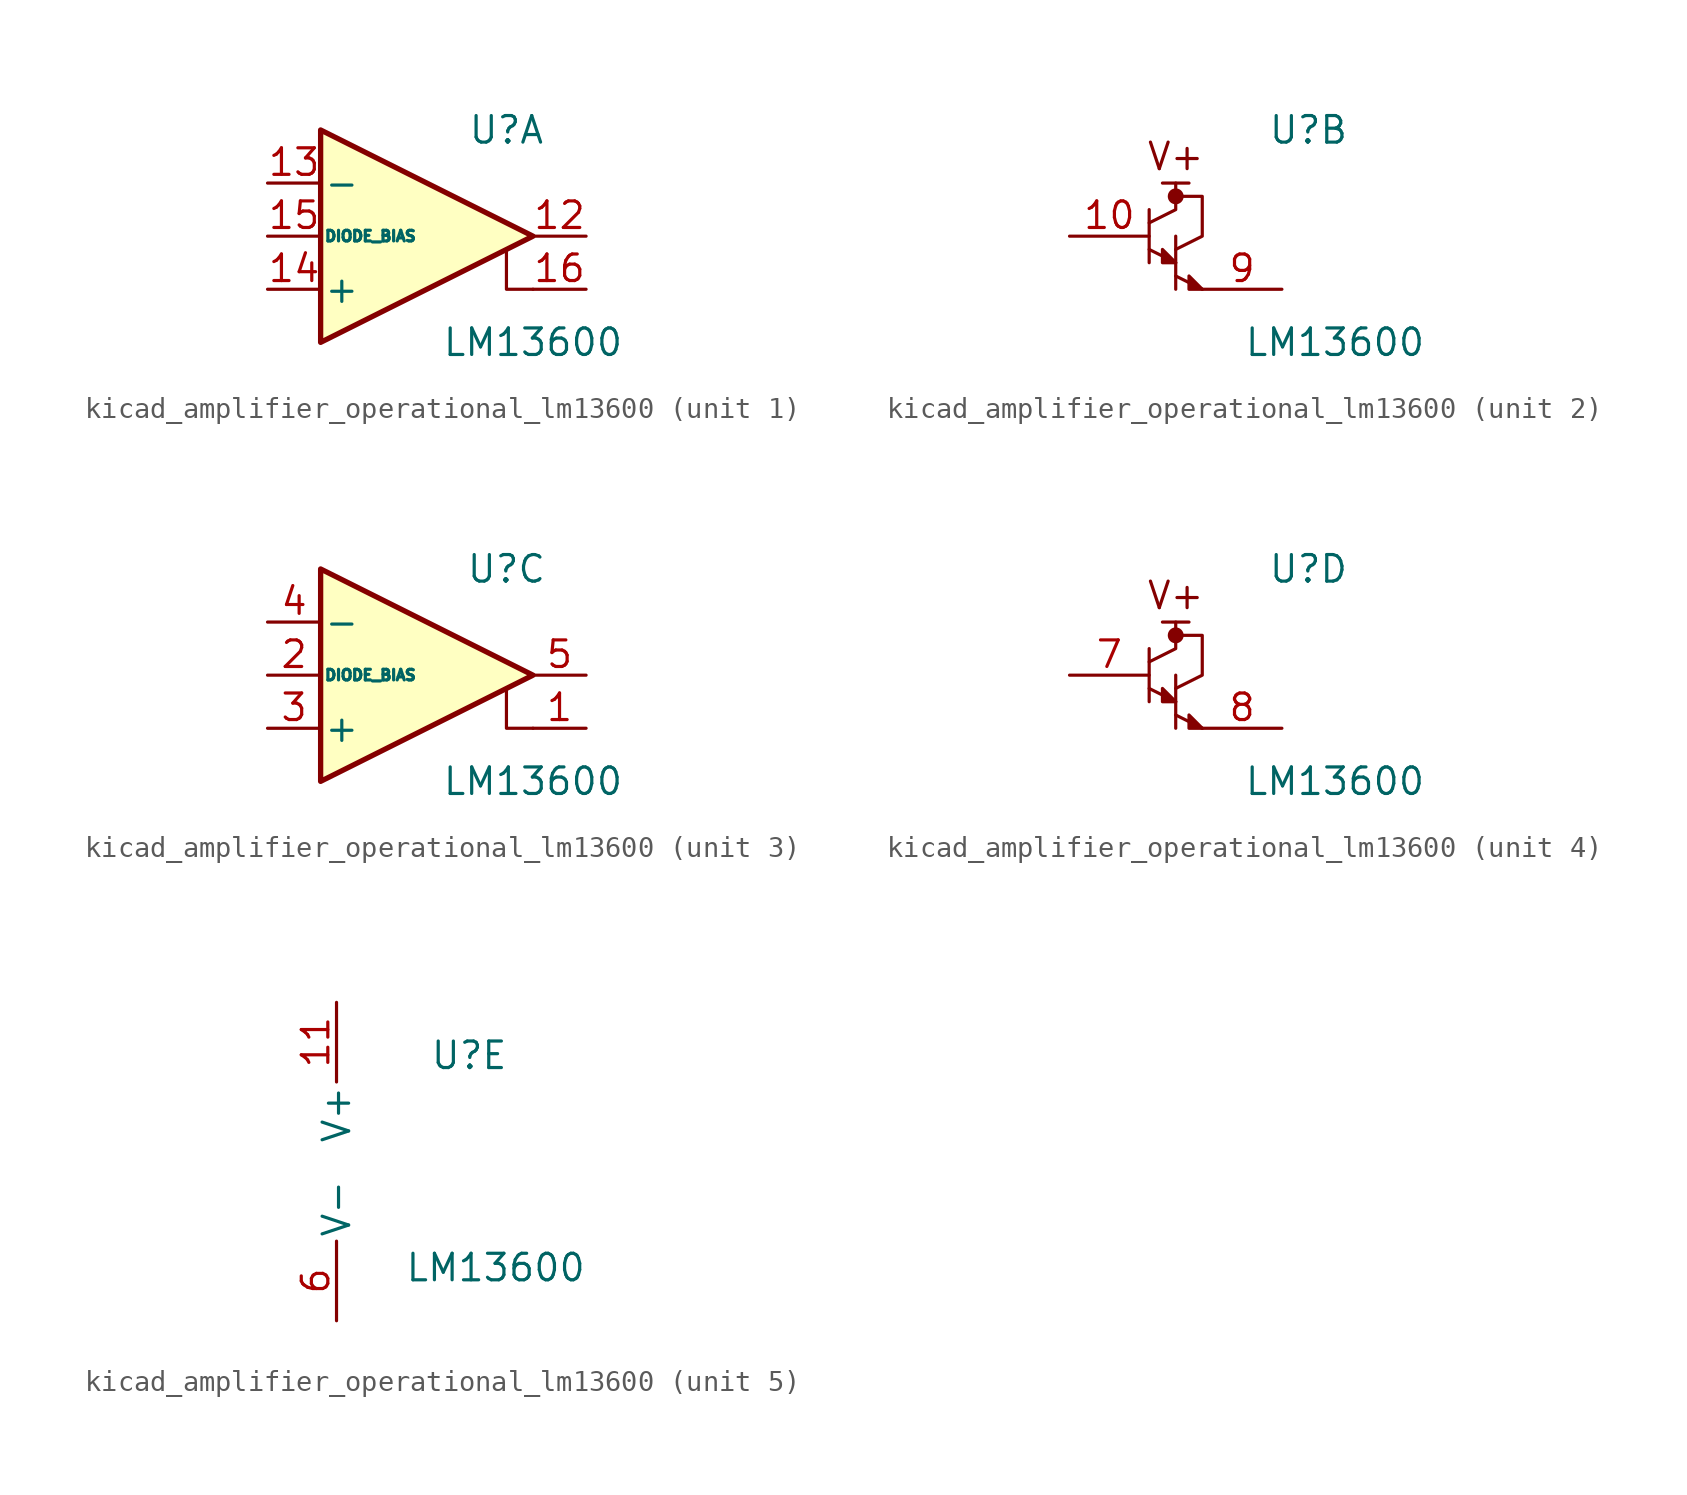
<source format=kicad_sym>
(kicad_symbol_lib
  (version 20220914)
  (generator kicad_symbol_editor)
  (symbol "kicad_amplifier_operational_lm13600"
    (pin_names
      (offset 0.127))
    (property "Reference" "U"
      (at 3.81 5.08 0)
      (effects (font (size 1.27 1.27))))
    (property "Value" "LM13600"
      (at 5.08 -5.08 0)
      (effects (font (size 1.27 1.27))))
    (property "ki_locked" ""
      (at 0 0 0)
      (effects (font (size 1.27 1.27))))
    (symbol "kicad_amplifier_operational_lm13600_1_1"
      (polyline (pts (xy 3.81 -0.635) (xy 3.81 -2.54) (xy 5.08 -2.54)) (stroke (width 0) (type default)) (fill (type none)))
      (polyline (pts (xy 5.08 0) (xy -5.08 -5.08) (xy -5.08 5.08) (xy 5.08 0)) (stroke (width 0.254) (type default)) (fill (type background)))
      (pin output line (at 7.62 0 180) (length 2.54) (name "~" (effects (font (size 1.27 1.27)))) (number "12" (effects (font (size 1.27 1.27)))))
      (pin input line (at -7.62 2.54 0) (length 2.54) (name "-" (effects (font (size 1.27 1.27)))) (number "13" (effects (font (size 1.27 1.27)))))
      (pin input line (at -7.62 -2.54 0) (length 2.54) (name "+" (effects (font (size 1.27 1.27)))) (number "14" (effects (font (size 1.27 1.27)))))
      (pin input line (at -7.62 0 0) (length 2.54) (name "DIODE_BIAS" (effects (font (size 0.508 0.508)))) (number "15" (effects (font (size 1.27 1.27)))))
      (pin input line (at 7.62 -2.54 180) (length 2.54) (name "~" (effects (font (size 1.27 1.27)))) (number "16" (effects (font (size 1.27 1.27))))))
    (symbol "kicad_amplifier_operational_lm13600_2_0"
      (polyline (pts (xy -1.905 2.54) (xy -3.175 2.54)) (stroke (width 0) (type default)) (fill (type none))))
    (symbol "kicad_amplifier_operational_lm13600_2_1"
      (circle (center -2.54 1.905) (radius 0.254) (stroke (width 0.254) (type default)) (fill (type outline)))
      (polyline (pts (xy -3.81 -0.635) (xy -2.54 -1.27)) (stroke (width 0) (type default)) (fill (type none)))
      (polyline (pts (xy -3.81 1.27) (xy -3.81 -1.27)) (stroke (width 0) (type default)) (fill (type none)))
      (polyline (pts (xy -2.54 -1.905) (xy -1.27 -2.54)) (stroke (width 0) (type default)) (fill (type none)))
      (polyline (pts (xy -2.54 0) (xy -2.54 -2.54)) (stroke (width 0) (type default)) (fill (type none)))
      (polyline (pts (xy -3.81 0.635) (xy -2.54 1.27) (xy -2.54 1.905) (xy -2.54 2.54)) (stroke (width 0) (type default)) (fill (type none)))
      (polyline (pts (xy -2.54 -1.27) (xy -3.175 -0.635) (xy -3.175 -1.27) (xy -2.54 -1.27)) (stroke (width 0) (type default)) (fill (type outline)))
      (polyline (pts (xy -2.54 -0.635) (xy -1.27 0) (xy -1.27 1.905) (xy -2.54 1.905)) (stroke (width 0) (type default)) (fill (type none)))
      (polyline (pts (xy -1.27 -2.54) (xy -1.905 -1.905) (xy -1.905 -2.54) (xy -1.27 -2.54)) (stroke (width 0) (type default)) (fill (type outline)))
      (text "V+" (at -2.54 3.81 0) (effects (font (size 1.27 1.27))))
      (pin input line (at -7.62 0 0) (length 3.81) (name "~" (effects (font (size 1.27 1.27)))) (number "10" (effects (font (size 1.27 1.27)))))
      (pin output line (at 2.54 -2.54 180) (length 3.81) (name "~" (effects (font (size 1.27 1.27)))) (number "9" (effects (font (size 1.27 1.27))))))
    (symbol "kicad_amplifier_operational_lm13600_3_1"
      (polyline (pts (xy 3.81 -0.635) (xy 3.81 -2.54) (xy 5.08 -2.54)) (stroke (width 0) (type default)) (fill (type none)))
      (polyline (pts (xy 5.08 0) (xy -5.08 -5.08) (xy -5.08 5.08) (xy 5.08 0)) (stroke (width 0.254) (type default)) (fill (type background)))
      (pin input line (at 7.62 -2.54 180) (length 2.54) (name "~" (effects (font (size 1.27 1.27)))) (number "1" (effects (font (size 1.27 1.27)))))
      (pin input line (at -7.62 0 0) (length 2.54) (name "DIODE_BIAS" (effects (font (size 0.508 0.508)))) (number "2" (effects (font (size 1.27 1.27)))))
      (pin input line (at -7.62 -2.54 0) (length 2.54) (name "+" (effects (font (size 1.27 1.27)))) (number "3" (effects (font (size 1.27 1.27)))))
      (pin input line (at -7.62 2.54 0) (length 2.54) (name "-" (effects (font (size 1.27 1.27)))) (number "4" (effects (font (size 1.27 1.27)))))
      (pin output line (at 7.62 0 180) (length 2.54) (name "~" (effects (font (size 1.27 1.27)))) (number "5" (effects (font (size 1.27 1.27))))))
    (symbol "kicad_amplifier_operational_lm13600_4_0"
      (polyline (pts (xy -3.175 2.54) (xy -1.905 2.54)) (stroke (width 0) (type default)) (fill (type none)))
      (text "V+" (at -2.54 3.81 0) (effects (font (size 1.27 1.27)))))
    (symbol "kicad_amplifier_operational_lm13600_4_1"
      (circle (center -2.54 1.905) (radius 0.254) (stroke (width 0.254) (type default)) (fill (type outline)))
      (polyline (pts (xy -3.81 -0.635) (xy -2.54 -1.27)) (stroke (width 0) (type default)) (fill (type none)))
      (polyline (pts (xy -3.81 1.27) (xy -3.81 -1.27)) (stroke (width 0) (type default)) (fill (type none)))
      (polyline (pts (xy -2.54 -1.905) (xy -1.27 -2.54)) (stroke (width 0) (type default)) (fill (type none)))
      (polyline (pts (xy -2.54 0) (xy -2.54 -2.54)) (stroke (width 0) (type default)) (fill (type none)))
      (polyline (pts (xy -3.81 0.635) (xy -2.54 1.27) (xy -2.54 2.54)) (stroke (width 0) (type default)) (fill (type none)))
      (polyline (pts (xy -2.54 -1.27) (xy -3.175 -0.635) (xy -3.175 -1.27) (xy -2.54 -1.27)) (stroke (width 0) (type default)) (fill (type outline)))
      (polyline (pts (xy -2.54 -0.635) (xy -1.27 0) (xy -1.27 1.905) (xy -2.54 1.905)) (stroke (width 0) (type default)) (fill (type none)))
      (polyline (pts (xy -1.27 -2.54) (xy -1.905 -1.905) (xy -1.905 -2.54) (xy -1.27 -2.54)) (stroke (width 0) (type default)) (fill (type outline)))
      (pin input line (at -7.62 0 0) (length 3.81) (name "~" (effects (font (size 1.27 1.27)))) (number "7" (effects (font (size 1.27 1.27)))))
      (pin output line (at 2.54 -2.54 180) (length 3.81) (name "~" (effects (font (size 1.27 1.27)))) (number "8" (effects (font (size 1.27 1.27))))))
    (symbol "kicad_amplifier_operational_lm13600_5_1"
      (pin power_in line (at -2.54 7.62 270) (length 3.81) (name "V+" (effects (font (size 1.27 1.27)))) (number "11" (effects (font (size 1.27 1.27)))))
      (pin power_in line (at -2.54 -7.62 90) (length 3.81) (name "V-" (effects (font (size 1.27 1.27)))) (number "6" (effects (font (size 1.27 1.27))))))))
</source>
